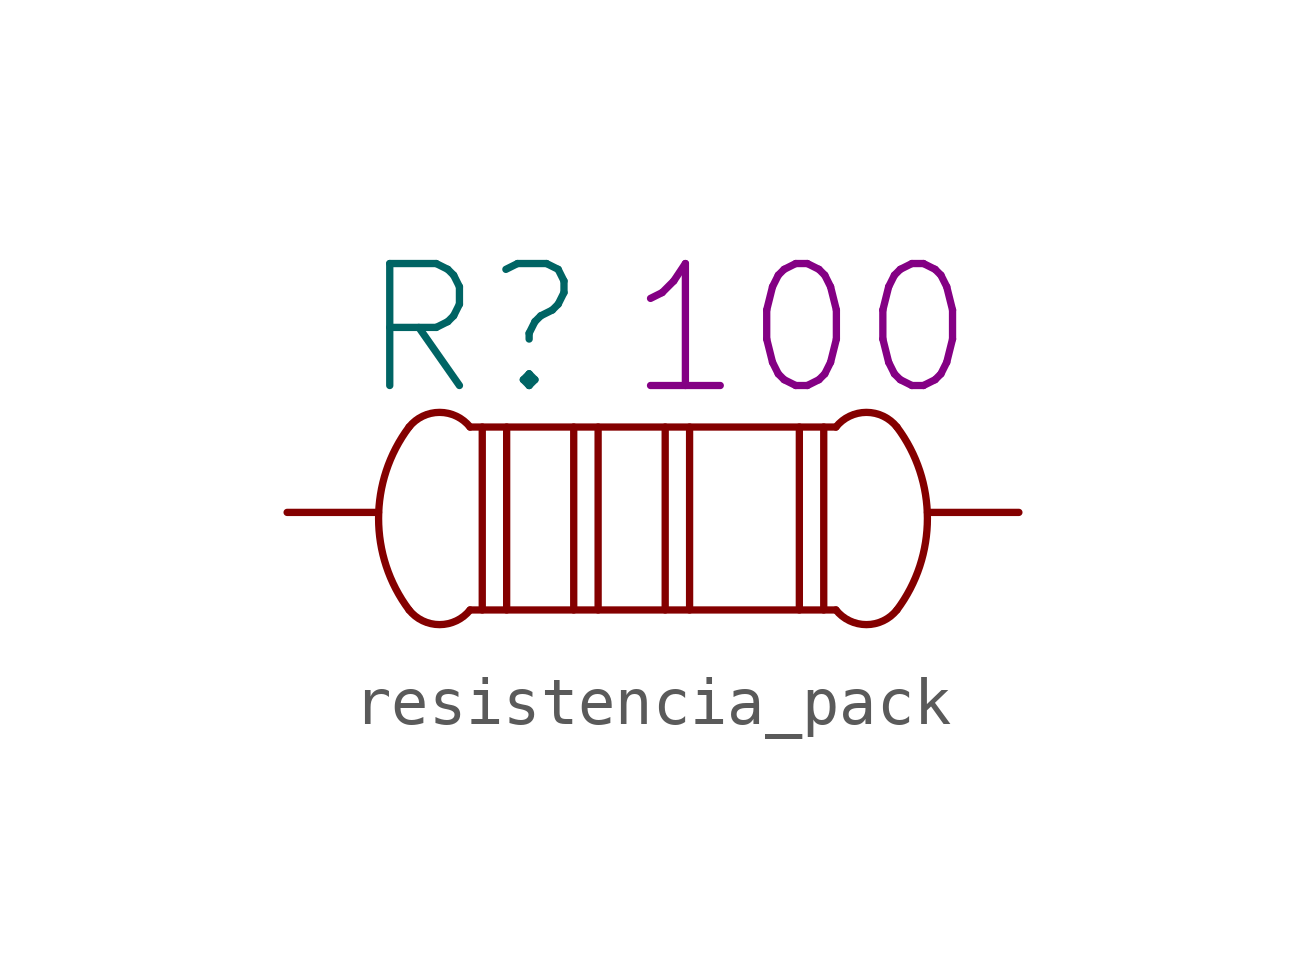
<source format=kicad_sym>
(kicad_symbol_lib
  (version 20220914)
  (generator kicad_symbol_editor)
  (symbol "resistencia_pack"
    (pin_names
      (offset 1.016))
    (property "Reference" "R"
      (at 6.35 3.81 0)
      (effects (font (size 2.54 2.54)) (justify right)))
    (property "R" "100"
      (at 6.985 3.81 0)
      (effects (font (size 2.54 2.54)) (justify left)))
    (symbol "resistencia_pack_0_1"
      (polyline (pts (xy 3.81 -2.032) (xy 11.43 -2.032)) (stroke (width 0) (type default)) (fill (type none)))
      (polyline (pts (xy 3.81 1.778) (xy 11.43 1.778)) (stroke (width 0) (type default)) (fill (type none)))
      (polyline (pts (xy 4.064 1.778) (xy 4.064 -2.032)) (stroke (width 0) (type default)) (fill (type none)))
      (polyline (pts (xy 4.572 1.778) (xy 4.572 -2.032)) (stroke (width 0) (type default)) (fill (type none)))
      (polyline (pts (xy 5.969 1.778) (xy 5.969 -2.032)) (stroke (width 0) (type default)) (fill (type none)))
      (polyline (pts (xy 6.477 1.778) (xy 6.477 -2.032)) (stroke (width 0) (type default)) (fill (type none)))
      (polyline (pts (xy 7.874 1.778) (xy 7.874 -2.032)) (stroke (width 0) (type default)) (fill (type none)))
      (polyline (pts (xy 8.382 1.778) (xy 8.382 -2.032)) (stroke (width 0) (type default)) (fill (type none)))
      (polyline (pts (xy 10.668 1.778) (xy 10.668 -2.032)) (stroke (width 0) (type default)) (fill (type none)))
      (polyline (pts (xy 11.176 1.778) (xy 11.176 -2.032)) (stroke (width 0) (type default)) (fill (type none)))
      (arc (start 2.54 -2.032) (mid 3.175 -2.3372) (end 3.81 -2.032) (stroke (width 0) (type default)) (fill (type none)))
      (arc (start 2.54 1.778) (mid 1.905 -0.127) (end 2.54 -2.032) (stroke (width 0) (type default)) (fill (type none)))
      (arc (start 3.81 1.778) (mid 3.175 2.0832) (end 2.54 1.778) (stroke (width 0) (type default)) (fill (type none)))
      (arc (start 11.43 -2.032) (mid 12.065 -2.3372) (end 12.7 -2.032) (stroke (width 0) (type default)) (fill (type none)))
      (arc (start 12.7 -2.032) (mid 13.335 -0.127) (end 12.7 1.778) (stroke (width 0) (type default)) (fill (type none)))
      (arc (start 12.7 1.778) (mid 12.065 2.0832) (end 11.43 1.778) (stroke (width 0) (type default)) (fill (type none))))
    (symbol "resistencia_pack_1_1"
      (pin input line (at 0 0 0) (length 1.905) (name "" (effects (font (size 1.27 1.27)))) (number "" (effects (font (size 1.143 1.143)))))
      (pin input line (at 15.24 0 180) (length 1.905) (name "" (effects (font (size 1.27 1.27)))) (number "" (effects (font (size 1.143 1.143))))))))
</source>
